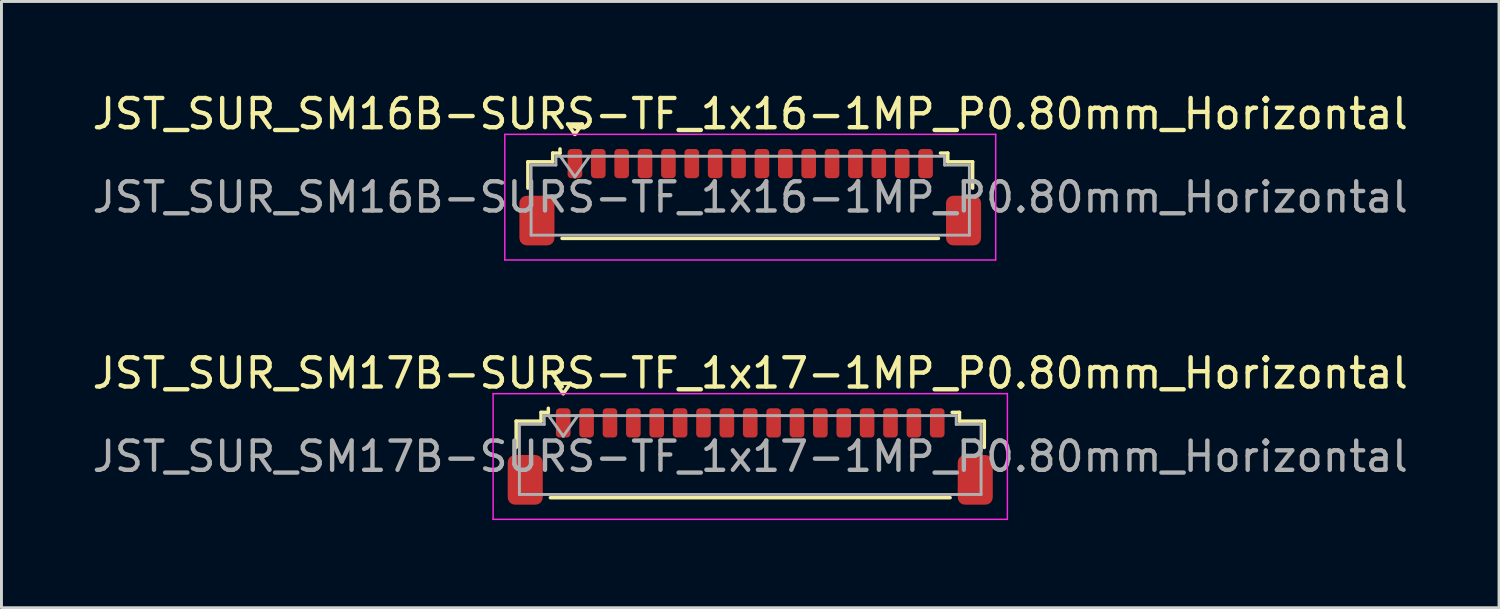
<source format=kicad_pcb>
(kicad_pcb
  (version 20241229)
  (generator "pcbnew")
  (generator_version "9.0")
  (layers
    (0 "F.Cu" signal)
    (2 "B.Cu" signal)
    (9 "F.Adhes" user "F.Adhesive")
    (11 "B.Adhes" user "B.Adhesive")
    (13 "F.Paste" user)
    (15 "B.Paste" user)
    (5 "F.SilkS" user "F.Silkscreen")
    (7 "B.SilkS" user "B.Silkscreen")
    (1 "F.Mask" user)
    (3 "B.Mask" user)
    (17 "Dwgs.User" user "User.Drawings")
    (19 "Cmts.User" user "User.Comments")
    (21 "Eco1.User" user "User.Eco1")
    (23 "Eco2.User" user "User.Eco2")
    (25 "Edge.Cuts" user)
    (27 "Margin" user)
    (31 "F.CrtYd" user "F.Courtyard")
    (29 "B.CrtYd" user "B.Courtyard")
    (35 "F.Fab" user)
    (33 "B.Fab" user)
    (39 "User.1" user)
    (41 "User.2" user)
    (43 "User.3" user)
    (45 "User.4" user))
  (footprint "JST_SUR_SM17B-SURS-TF_1x17-1MP_P0.80mm_Horizontal"
    (layer "F.Cu")
    (at 22.625 12.572)
    (property "Reference" "JST_SUR_SM17B-SURS-TF_1x17-1MP_P0.80mm_Horizontal" (at 0 -2.85 0) (layer "F.SilkS") (effects (font (size 1 1) (thickness 0.15))))
    (attr smd)
    (fp_line (start -8.01 -1.21) (end -7.16 -1.21) (stroke (width 0.12) (type solid)) (layer "F.SilkS"))
    (fp_line (start -8.01 -0.31) (end -8.01 -1.21) (stroke (width 0.12) (type solid)) (layer "F.SilkS"))
    (fp_line (start -7.16 -1.51) (end -6.91 -1.51) (stroke (width 0.12) (type solid)) (layer "F.SilkS"))
    (fp_line (start -7.16 -1.21) (end -7.16 -1.51) (stroke (width 0.12) (type solid)) (layer "F.SilkS"))
    (fp_line (start -6.91 -1.51) (end -6.91 -1.65) (stroke (width 0.12) (type solid)) (layer "F.SilkS"))
    (fp_line (start -6.84 1.41) (end 6.84 1.41) (stroke (width 0.12) (type solid)) (layer "F.SilkS"))
    (fp_line (start -6.65 -2.504) (end -6.4 -2.15) (stroke (width 0.12) (type solid)) (layer "F.SilkS"))
    (fp_line (start -6.4 -2.15) (end -6.15 -2.504) (stroke (width 0.12) (type solid)) (layer "F.SilkS"))
    (fp_line (start -6.15 -2.504) (end -6.65 -2.504) (stroke (width 0.12) (type solid)) (layer "F.SilkS"))
    (fp_line (start 7.16 -1.51) (end 6.91 -1.51) (stroke (width 0.12) (type solid)) (layer "F.SilkS"))
    (fp_line (start 7.16 -1.21) (end 7.16 -1.51) (stroke (width 0.12) (type solid)) (layer "F.SilkS"))
    (fp_line (start 8.01 -1.21) (end 7.16 -1.21) (stroke (width 0.12) (type solid)) (layer "F.SilkS"))
    (fp_line (start 8.01 -0.31) (end 8.01 -1.21) (stroke (width 0.12) (type solid)) (layer "F.SilkS"))
    (fp_line (start -8.8 -2.15) (end -8.8 2.15) (stroke (width 0.05) (type solid)) (layer "F.CrtYd"))
    (fp_line (start -8.8 2.15) (end 8.8 2.15) (stroke (width 0.05) (type solid)) (layer "F.CrtYd"))
    (fp_line (start 8.8 -2.15) (end -8.8 -2.15) (stroke (width 0.05) (type solid)) (layer "F.CrtYd"))
    (fp_line (start 8.8 2.15) (end 8.8 -2.15) (stroke (width 0.05) (type solid)) (layer "F.CrtYd"))
    (fp_line (start -7.9 -1.1) (end -7.9 1.3) (stroke (width 0.1) (type solid)) (layer "F.Fab"))
    (fp_line (start -7.9 -1.1) (end -7.05 -1.1) (stroke (width 0.1) (type solid)) (layer "F.Fab"))
    (fp_line (start -7.9 1.3) (end 7.9 1.3) (stroke (width 0.1) (type solid)) (layer "F.Fab"))
    (fp_line (start -7.05 -1.4) (end 7.05 -1.4) (stroke (width 0.1) (type solid)) (layer "F.Fab"))
    (fp_line (start -7.05 -1.1) (end -7.05 -1.4) (stroke (width 0.1) (type solid)) (layer "F.Fab"))
    (fp_line (start -6.9 -1.4) (end -6.4 -0.693) (stroke (width 0.1) (type solid)) (layer "F.Fab"))
    (fp_line (start -6.4 -0.693) (end -5.9 -1.4) (stroke (width 0.1) (type solid)) (layer "F.Fab"))
    (fp_line (start 7.05 -1.4) (end 7.05 -1.1) (stroke (width 0.1) (type solid)) (layer "F.Fab"))
    (fp_line (start 7.05 -1.1) (end 7.9 -1.1) (stroke (width 0.1) (type solid)) (layer "F.Fab"))
    (fp_line (start 7.9 -1.1) (end 7.9 1.3) (stroke (width 0.1) (type solid)) (layer "F.Fab"))
    (fp_text user "${REFERENCE}" (at 0 0 0) (layer "F.Fab") (effects (font (size 1 1) (thickness 0.15))))
    (pad "1" smd roundrect (at -6.4 -1.15) (size 0.5 1) (layers "F.Cu" "F.Mask" "F.Paste") (roundrect_rratio 0.25))
    (pad "2" smd roundrect (at -5.6 -1.15) (size 0.5 1) (layers "F.Cu" "F.Mask" "F.Paste") (roundrect_rratio 0.25))
    (pad "3" smd roundrect (at -4.8 -1.15) (size 0.5 1) (layers "F.Cu" "F.Mask" "F.Paste") (roundrect_rratio 0.25))
    (pad "4" smd roundrect (at -4 -1.15) (size 0.5 1) (layers "F.Cu" "F.Mask" "F.Paste") (roundrect_rratio 0.25))
    (pad "5" smd roundrect (at -3.2 -1.15) (size 0.5 1) (layers "F.Cu" "F.Mask" "F.Paste") (roundrect_rratio 0.25))
    (pad "6" smd roundrect (at -2.4 -1.15) (size 0.5 1) (layers "F.Cu" "F.Mask" "F.Paste") (roundrect_rratio 0.25))
    (pad "7" smd roundrect (at -1.6 -1.15) (size 0.5 1) (layers "F.Cu" "F.Mask" "F.Paste") (roundrect_rratio 0.25))
    (pad "8" smd roundrect (at -0.8 -1.15) (size 0.5 1) (layers "F.Cu" "F.Mask" "F.Paste") (roundrect_rratio 0.25))
    (pad "9" smd roundrect (at 0 -1.15) (size 0.5 1) (layers "F.Cu" "F.Mask" "F.Paste") (roundrect_rratio 0.25))
    (pad "10" smd roundrect (at 0.8 -1.15) (size 0.5 1) (layers "F.Cu" "F.Mask" "F.Paste") (roundrect_rratio 0.25))
    (pad "11" smd roundrect (at 1.6 -1.15) (size 0.5 1) (layers "F.Cu" "F.Mask" "F.Paste") (roundrect_rratio 0.25))
    (pad "12" smd roundrect (at 2.4 -1.15) (size 0.5 1) (layers "F.Cu" "F.Mask" "F.Paste") (roundrect_rratio 0.25))
    (pad "13" smd roundrect (at 3.2 -1.15) (size 0.5 1) (layers "F.Cu" "F.Mask" "F.Paste") (roundrect_rratio 0.25))
    (pad "14" smd roundrect (at 4 -1.15) (size 0.5 1) (layers "F.Cu" "F.Mask" "F.Paste") (roundrect_rratio 0.25))
    (pad "15" smd roundrect (at 4.8 -1.15) (size 0.5 1) (layers "F.Cu" "F.Mask" "F.Paste") (roundrect_rratio 0.25))
    (pad "16" smd roundrect (at 5.6 -1.15) (size 0.5 1) (layers "F.Cu" "F.Mask" "F.Paste") (roundrect_rratio 0.25))
    (pad "17" smd roundrect (at 6.4 -1.15) (size 0.5 1) (layers "F.Cu" "F.Mask" "F.Paste") (roundrect_rratio 0.25))
    (pad "MP" smd roundrect (at -7.7 0.8) (size 1.2 1.7) (layers "F.Cu" "F.Mask" "F.Paste") (roundrect_rratio 0.208))
    (pad "MP" smd roundrect (at 7.7 0.8) (size 1.2 1.7) (layers "F.Cu" "F.Mask" "F.Paste") (roundrect_rratio 0.208)))
  (footprint "JST_SUR_SM16B-SURS-TF_1x16-1MP_P0.80mm_Horizontal"
    (layer "F.Cu")
    (at 22.625 3.698)
    (property "Reference" "JST_SUR_SM16B-SURS-TF_1x16-1MP_P0.80mm_Horizontal" (at 0 -2.85 0) (layer "F.SilkS") (effects (font (size 1 1) (thickness 0.15))))
    (attr smd)
    (fp_line (start -7.61 -1.21) (end -6.76 -1.21) (stroke (width 0.12) (type solid)) (layer "F.SilkS"))
    (fp_line (start -7.61 -0.31) (end -7.61 -1.21) (stroke (width 0.12) (type solid)) (layer "F.SilkS"))
    (fp_line (start -6.76 -1.51) (end -6.51 -1.51) (stroke (width 0.12) (type solid)) (layer "F.SilkS"))
    (fp_line (start -6.76 -1.21) (end -6.76 -1.51) (stroke (width 0.12) (type solid)) (layer "F.SilkS"))
    (fp_line (start -6.51 -1.51) (end -6.51 -1.65) (stroke (width 0.12) (type solid)) (layer "F.SilkS"))
    (fp_line (start -6.44 1.41) (end 6.44 1.41) (stroke (width 0.12) (type solid)) (layer "F.SilkS"))
    (fp_line (start -6.25 -2.504) (end -6 -2.15) (stroke (width 0.12) (type solid)) (layer "F.SilkS"))
    (fp_line (start -6 -2.15) (end -5.75 -2.504) (stroke (width 0.12) (type solid)) (layer "F.SilkS"))
    (fp_line (start -5.75 -2.504) (end -6.25 -2.504) (stroke (width 0.12) (type solid)) (layer "F.SilkS"))
    (fp_line (start 6.76 -1.51) (end 6.51 -1.51) (stroke (width 0.12) (type solid)) (layer "F.SilkS"))
    (fp_line (start 6.76 -1.21) (end 6.76 -1.51) (stroke (width 0.12) (type solid)) (layer "F.SilkS"))
    (fp_line (start 7.61 -1.21) (end 6.76 -1.21) (stroke (width 0.12) (type solid)) (layer "F.SilkS"))
    (fp_line (start 7.61 -0.31) (end 7.61 -1.21) (stroke (width 0.12) (type solid)) (layer "F.SilkS"))
    (fp_line (start -8.4 -2.15) (end -8.4 2.15) (stroke (width 0.05) (type solid)) (layer "F.CrtYd"))
    (fp_line (start -8.4 2.15) (end 8.4 2.15) (stroke (width 0.05) (type solid)) (layer "F.CrtYd"))
    (fp_line (start 8.4 -2.15) (end -8.4 -2.15) (stroke (width 0.05) (type solid)) (layer "F.CrtYd"))
    (fp_line (start 8.4 2.15) (end 8.4 -2.15) (stroke (width 0.05) (type solid)) (layer "F.CrtYd"))
    (fp_line (start -7.5 -1.1) (end -7.5 1.3) (stroke (width 0.1) (type solid)) (layer "F.Fab"))
    (fp_line (start -7.5 -1.1) (end -6.65 -1.1) (stroke (width 0.1) (type solid)) (layer "F.Fab"))
    (fp_line (start -7.5 1.3) (end 7.5 1.3) (stroke (width 0.1) (type solid)) (layer "F.Fab"))
    (fp_line (start -6.65 -1.4) (end 6.65 -1.4) (stroke (width 0.1) (type solid)) (layer "F.Fab"))
    (fp_line (start -6.65 -1.1) (end -6.65 -1.4) (stroke (width 0.1) (type solid)) (layer "F.Fab"))
    (fp_line (start -6.5 -1.4) (end -6 -0.693) (stroke (width 0.1) (type solid)) (layer "F.Fab"))
    (fp_line (start -6 -0.693) (end -5.5 -1.4) (stroke (width 0.1) (type solid)) (layer "F.Fab"))
    (fp_line (start 6.65 -1.4) (end 6.65 -1.1) (stroke (width 0.1) (type solid)) (layer "F.Fab"))
    (fp_line (start 6.65 -1.1) (end 7.5 -1.1) (stroke (width 0.1) (type solid)) (layer "F.Fab"))
    (fp_line (start 7.5 -1.1) (end 7.5 1.3) (stroke (width 0.1) (type solid)) (layer "F.Fab"))
    (fp_text user "${REFERENCE}" (at 0 0 0) (layer "F.Fab") (effects (font (size 1 1) (thickness 0.15))))
    (pad "1" smd roundrect (at -6 -1.15) (size 0.5 1) (layers "F.Cu" "F.Mask" "F.Paste") (roundrect_rratio 0.25))
    (pad "2" smd roundrect (at -5.2 -1.15) (size 0.5 1) (layers "F.Cu" "F.Mask" "F.Paste") (roundrect_rratio 0.25))
    (pad "3" smd roundrect (at -4.4 -1.15) (size 0.5 1) (layers "F.Cu" "F.Mask" "F.Paste") (roundrect_rratio 0.25))
    (pad "4" smd roundrect (at -3.6 -1.15) (size 0.5 1) (layers "F.Cu" "F.Mask" "F.Paste") (roundrect_rratio 0.25))
    (pad "5" smd roundrect (at -2.8 -1.15) (size 0.5 1) (layers "F.Cu" "F.Mask" "F.Paste") (roundrect_rratio 0.25))
    (pad "6" smd roundrect (at -2 -1.15) (size 0.5 1) (layers "F.Cu" "F.Mask" "F.Paste") (roundrect_rratio 0.25))
    (pad "7" smd roundrect (at -1.2 -1.15) (size 0.5 1) (layers "F.Cu" "F.Mask" "F.Paste") (roundrect_rratio 0.25))
    (pad "8" smd roundrect (at -0.4 -1.15) (size 0.5 1) (layers "F.Cu" "F.Mask" "F.Paste") (roundrect_rratio 0.25))
    (pad "9" smd roundrect (at 0.4 -1.15) (size 0.5 1) (layers "F.Cu" "F.Mask" "F.Paste") (roundrect_rratio 0.25))
    (pad "10" smd roundrect (at 1.2 -1.15) (size 0.5 1) (layers "F.Cu" "F.Mask" "F.Paste") (roundrect_rratio 0.25))
    (pad "11" smd roundrect (at 2 -1.15) (size 0.5 1) (layers "F.Cu" "F.Mask" "F.Paste") (roundrect_rratio 0.25))
    (pad "12" smd roundrect (at 2.8 -1.15) (size 0.5 1) (layers "F.Cu" "F.Mask" "F.Paste") (roundrect_rratio 0.25))
    (pad "13" smd roundrect (at 3.6 -1.15) (size 0.5 1) (layers "F.Cu" "F.Mask" "F.Paste") (roundrect_rratio 0.25))
    (pad "14" smd roundrect (at 4.4 -1.15) (size 0.5 1) (layers "F.Cu" "F.Mask" "F.Paste") (roundrect_rratio 0.25))
    (pad "15" smd roundrect (at 5.2 -1.15) (size 0.5 1) (layers "F.Cu" "F.Mask" "F.Paste") (roundrect_rratio 0.25))
    (pad "16" smd roundrect (at 6 -1.15) (size 0.5 1) (layers "F.Cu" "F.Mask" "F.Paste") (roundrect_rratio 0.25))
    (pad "MP" smd roundrect (at -7.3 0.8) (size 1.2 1.7) (layers "F.Cu" "F.Mask" "F.Paste") (roundrect_rratio 0.208))
    (pad "MP" smd roundrect (at 7.3 0.8) (size 1.2 1.7) (layers "F.Cu" "F.Mask" "F.Paste") (roundrect_rratio 0.208)))
  (gr_rect
    (start -3 -3)
    (end 48.25 17.747)
    (stroke (width 0.1) (type default))
    (fill no)
    (layer "Edge.Cuts")))
</source>
